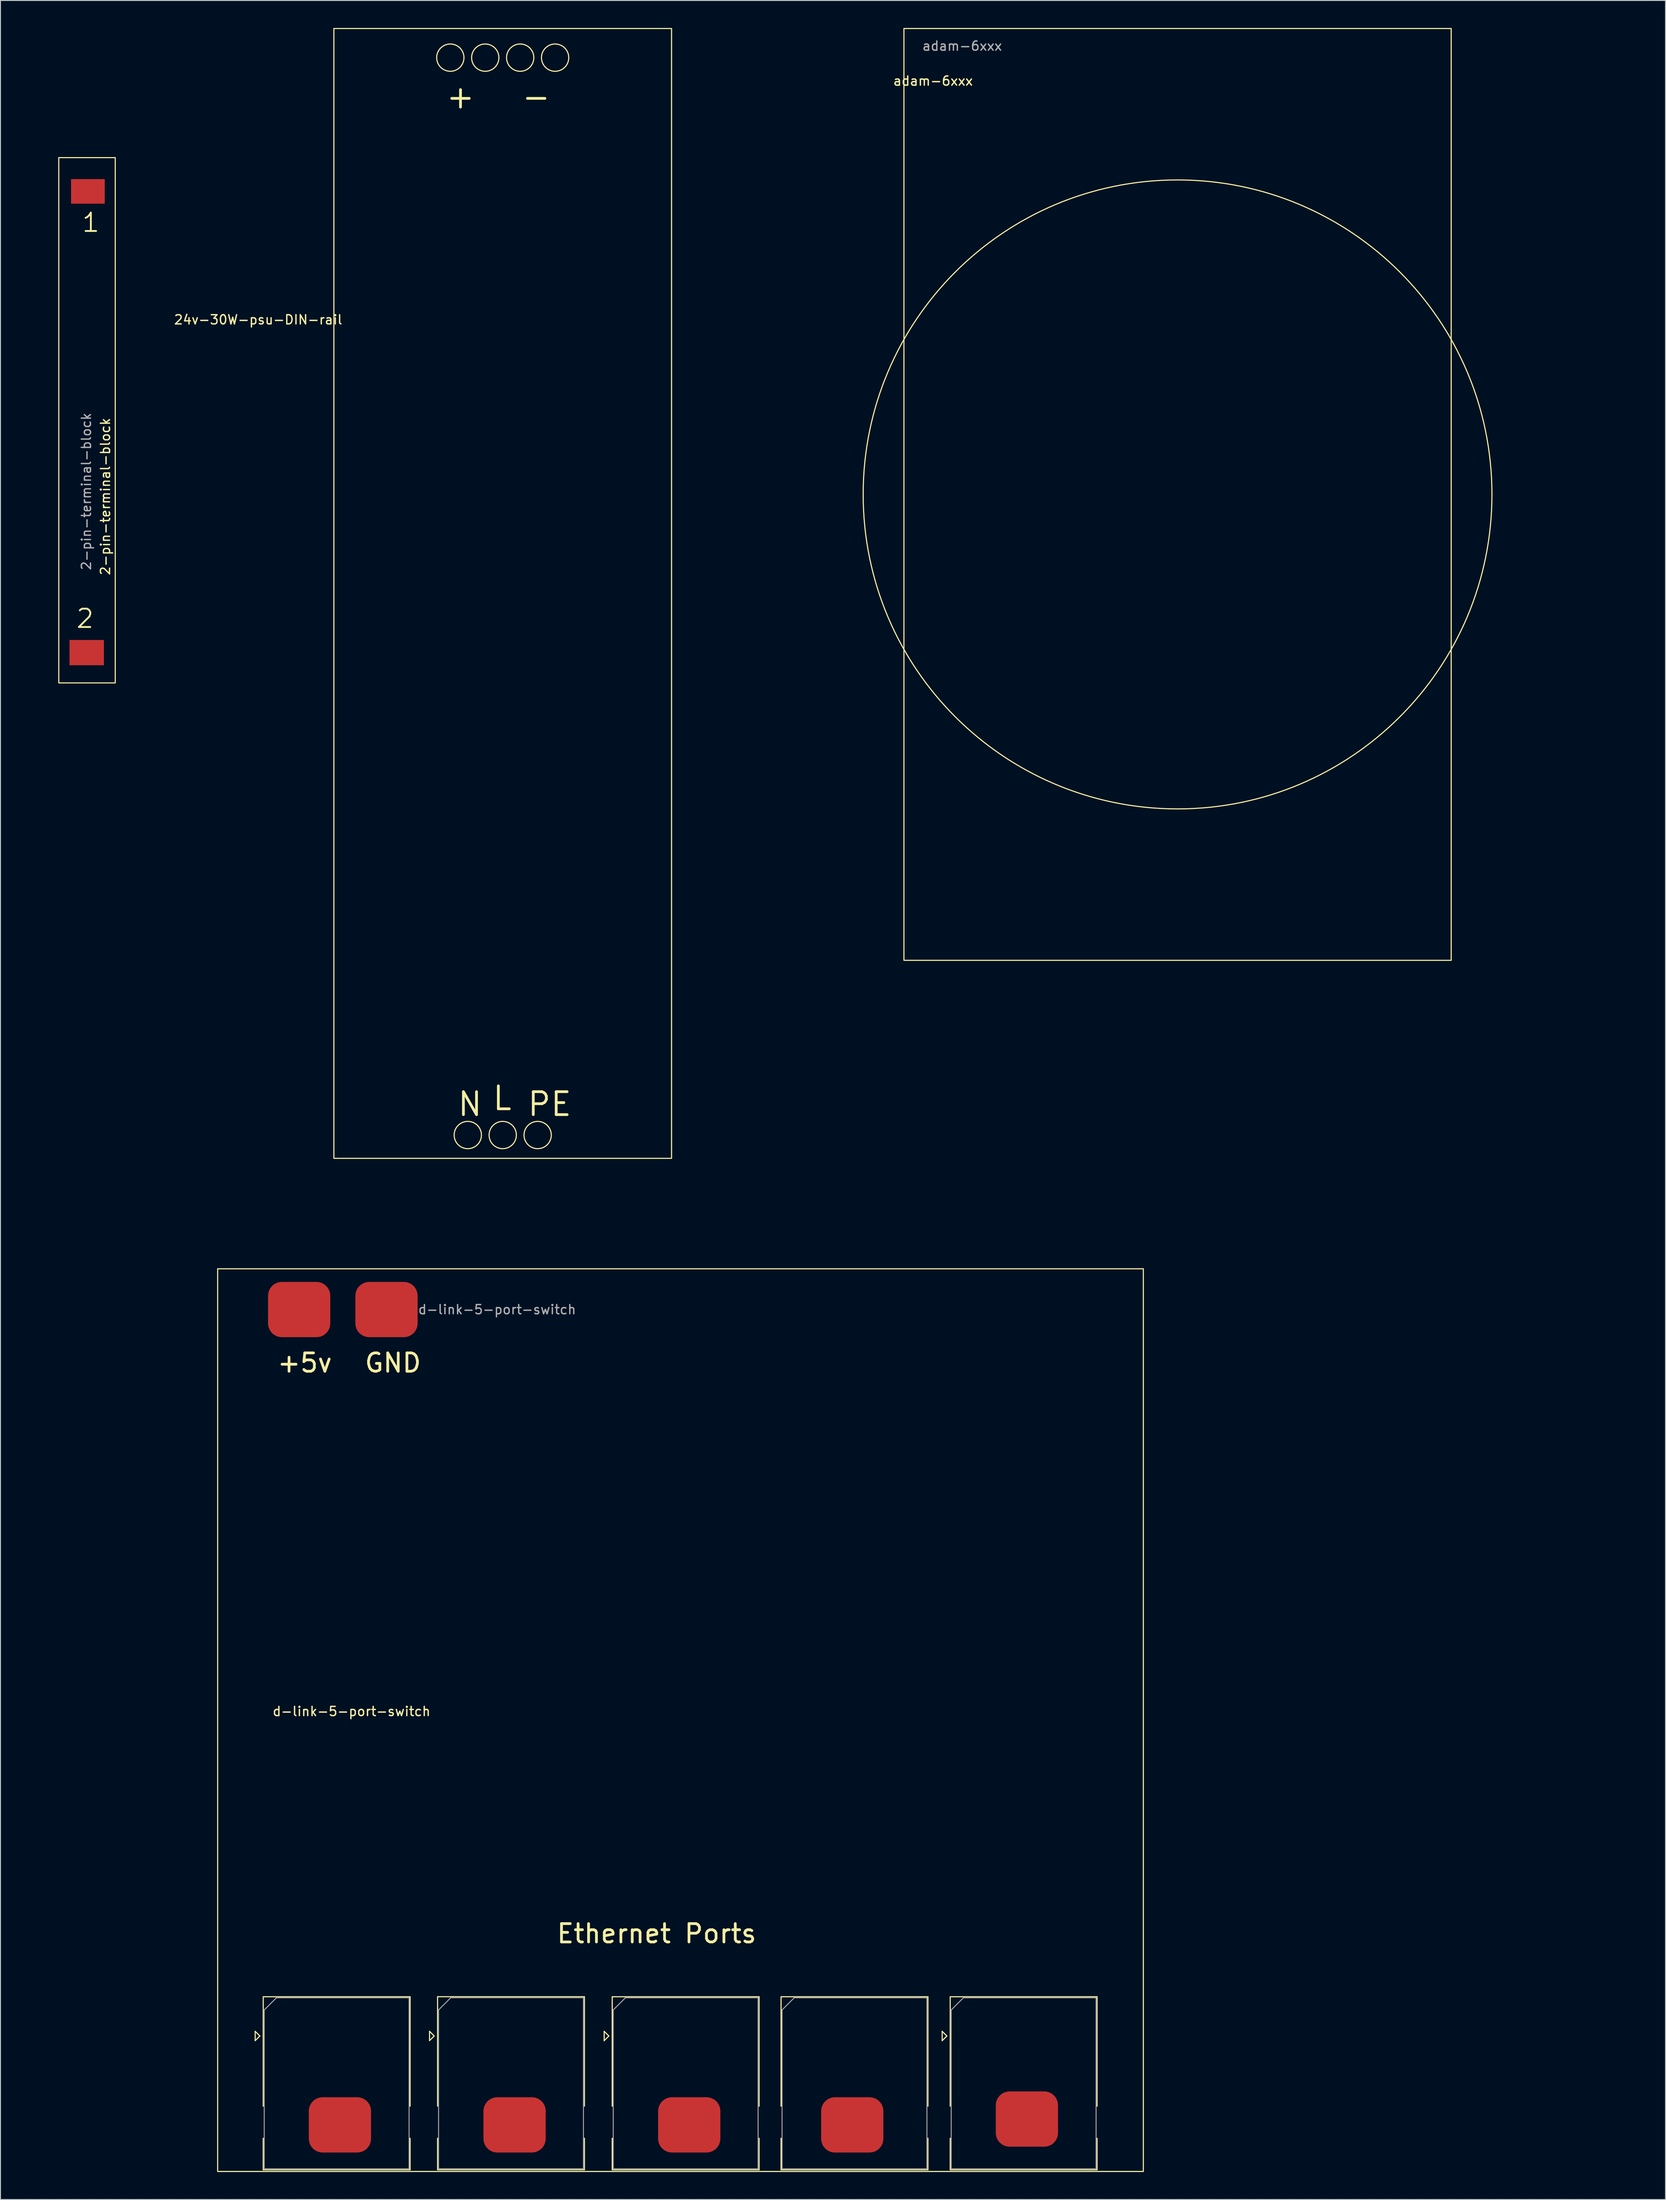
<source format=kicad_pcb>
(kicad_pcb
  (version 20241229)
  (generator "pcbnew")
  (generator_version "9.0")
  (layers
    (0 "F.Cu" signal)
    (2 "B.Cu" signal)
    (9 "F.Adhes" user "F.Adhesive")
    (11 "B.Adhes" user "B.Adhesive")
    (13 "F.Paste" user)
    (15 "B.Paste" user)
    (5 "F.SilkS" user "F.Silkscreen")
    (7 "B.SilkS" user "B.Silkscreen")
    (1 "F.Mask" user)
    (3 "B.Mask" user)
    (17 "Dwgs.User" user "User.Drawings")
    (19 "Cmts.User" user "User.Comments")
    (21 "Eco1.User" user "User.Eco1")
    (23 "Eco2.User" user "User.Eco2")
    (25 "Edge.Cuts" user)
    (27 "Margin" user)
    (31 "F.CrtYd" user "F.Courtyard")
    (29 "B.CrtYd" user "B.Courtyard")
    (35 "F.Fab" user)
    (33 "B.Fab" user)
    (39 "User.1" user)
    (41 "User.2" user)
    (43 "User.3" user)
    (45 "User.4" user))
  (footprint "2-pin-terminal-block"
    (layer "F.Cu")
    (at 6.41 43.979)
    (property "Reference" "2-pin-terminal-block" (at 2.032 7.112 90) (unlocked yes) (layer "F.SilkS") (effects (font (size 1 1) (thickness 0.15))))
    (attr smd)
    (fp_rect (start -3.048 -29.845) (end 3.111 27.432) (stroke (width 0.12) (type default)) (fill no) (layer "F.SilkS"))
    (fp_rect (start -6.35 -17.145) (end 6.35 15.875) (stroke (width 0.12) (type default)) (fill no) (layer "User.5"))
    (fp_text user "1" (at -0.635 -21.59 0) (unlocked yes) (layer "F.SilkS") (effects (font (size 2 2) (thickness 0.2)) (justify left bottom)))
    (fp_text user "2" (at -1.27 21.59 0) (unlocked yes) (layer "F.SilkS") (effects (font (size 2 2) (thickness 0.2)) (justify left bottom)))
    (fp_text user "${REFERENCE}" (at -0.047 6.558 90) (layer "F.Fab") (effects (font (size 1 1) (thickness 0.15))))
    (dimension (type aligned) (layer "User.1") (pts (xy 3.362 14.134) (xy 9.458 14.134)) (height -12.136) (format (prefix "") (suffix "") (units 3) (units_format 1) (precision 4)) (style (thickness 0.12) (arrow_length 1.27) (text_position_mode 0) (arrow_direction outward) (extension_height 0.586) (extension_offset 0.5) (keep_text_aligned yes)) (gr_text "6.0960 mm" (at 6.41 0.848 0) (layer "User.1") (effects (font (size 1 1) (thickness 0.15)))))
    (pad "1" smd rect (at 0.127 -26.162) (size 3.678 2.678) (layers "F.Cu" "F.Mask" "F.Paste"))
    (pad "2" smd rect (at 0 24.13) (size 3.754 2.754) (layers "F.Cu" "F.Mask" "F.Paste")))
  (footprint "adam-6xxx"
    (layer "F.Cu")
    (at 125.387 50.86)
    (property "Reference" "adam-6xxx" (at -26.67 -45.085 0) (layer "F.SilkS") (effects (font (size 1 1) (thickness 0.15))))
    (attr smd)
    (fp_rect (start -29.845 -50.8) (end 29.845 50.8) (stroke (width 0.12) (type default)) (fill no) (layer "F.SilkS"))
    (fp_circle (center 0 0) (end 0 -34.29) (stroke (width 0.12) (type default)) (fill no) (layer "F.SilkS"))
    (fp_rect (start -50.165 -17.78) (end 50.165 17.78) (stroke (width 0.12) (type default)) (fill no) (layer "User.1"))
    (fp_rect (start -50.165 -12.383) (end 50.165 12.383) (stroke (width 0.12) (type default)) (fill no) (layer "User.1"))
    (fp_text user "${REFERENCE}" (at -23.495 -48.895 0) (layer "F.Fab") (effects (font (size 1 1) (thickness 0.15)))))
  (footprint "d-link-5-port-switch"
    (layer "F.Cu")
    (at 35.295 183.553)
    (property "Reference" "d-link-5-port-switch" (at 0 0 0) (layer "F.SilkS") (effects (font (size 1 1) (thickness 0.15))))
    (attr smd)
    (fp_line (start -10.511 34.887) (end -10.511 35.903) (stroke (width 0.12) (type solid)) (layer "F.SilkS"))
    (fp_line (start -10.511 35.903) (end -10.003 35.395) (stroke (width 0.12) (type solid)) (layer "F.SilkS"))
    (fp_line (start -10.003 35.395) (end -10.511 34.887) (stroke (width 0.12) (type solid)) (layer "F.SilkS"))
    (fp_line (start -9.635 31.115) (end -9.635 43.045) (stroke (width 0.12) (type solid)) (layer "F.SilkS"))
    (fp_line (start -9.635 46.545) (end -9.635 49.985) (stroke (width 0.12) (type solid)) (layer "F.SilkS"))
    (fp_line (start 6.385 31.115) (end -9.635 31.115) (stroke (width 0.12) (type solid)) (layer "F.SilkS"))
    (fp_line (start 6.385 31.115) (end 6.385 43.045) (stroke (width 0.12) (type solid)) (layer "F.SilkS"))
    (fp_line (start 6.385 46.545) (end 6.385 49.985) (stroke (width 0.12) (type solid)) (layer "F.SilkS"))
    (fp_line (start 6.385 49.985) (end -9.635 49.985) (stroke (width 0.12) (type solid)) (layer "F.SilkS"))
    (fp_line (start 8.504 34.882) (end 8.504 35.898) (stroke (width 0.12) (type solid)) (layer "F.SilkS"))
    (fp_line (start 8.504 35.898) (end 9.012 35.39) (stroke (width 0.12) (type solid)) (layer "F.SilkS"))
    (fp_line (start 9.012 35.39) (end 8.504 34.882) (stroke (width 0.12) (type solid)) (layer "F.SilkS"))
    (fp_line (start 9.38 31.11) (end 9.38 43.04) (stroke (width 0.12) (type solid)) (layer "F.SilkS"))
    (fp_line (start 9.38 46.54) (end 9.38 49.98) (stroke (width 0.12) (type solid)) (layer "F.SilkS"))
    (fp_line (start 25.4 31.11) (end 9.38 31.11) (stroke (width 0.12) (type solid)) (layer "F.SilkS"))
    (fp_line (start 25.4 31.11) (end 25.4 43.04) (stroke (width 0.12) (type solid)) (layer "F.SilkS"))
    (fp_line (start 25.4 46.54) (end 25.4 49.98) (stroke (width 0.12) (type solid)) (layer "F.SilkS"))
    (fp_line (start 25.4 49.98) (end 9.38 49.98) (stroke (width 0.12) (type solid)) (layer "F.SilkS"))
    (fp_line (start 27.554 34.887) (end 27.554 35.903) (stroke (width 0.12) (type solid)) (layer "F.SilkS"))
    (fp_line (start 27.554 35.903) (end 28.062 35.395) (stroke (width 0.12) (type solid)) (layer "F.SilkS"))
    (fp_line (start 28.062 35.395) (end 27.554 34.887) (stroke (width 0.12) (type solid)) (layer "F.SilkS"))
    (fp_line (start 28.43 31.115) (end 28.43 43.045) (stroke (width 0.12) (type solid)) (layer "F.SilkS"))
    (fp_line (start 28.43 46.545) (end 28.43 49.985) (stroke (width 0.12) (type solid)) (layer "F.SilkS"))
    (fp_line (start 44.45 31.115) (end 28.43 31.115) (stroke (width 0.12) (type solid)) (layer "F.SilkS"))
    (fp_line (start 44.45 31.115) (end 44.45 43.045) (stroke (width 0.12) (type solid)) (layer "F.SilkS"))
    (fp_line (start 44.45 46.545) (end 44.45 49.985) (stroke (width 0.12) (type solid)) (layer "F.SilkS"))
    (fp_line (start 44.45 49.985) (end 28.43 49.985) (stroke (width 0.12) (type solid)) (layer "F.SilkS"))
    (fp_line (start 46.845 31.115) (end 46.845 43.045) (stroke (width 0.12) (type solid)) (layer "F.SilkS"))
    (fp_line (start 46.845 46.545) (end 46.845 49.985) (stroke (width 0.12) (type solid)) (layer "F.SilkS"))
    (fp_line (start 62.865 31.115) (end 46.845 31.115) (stroke (width 0.12) (type solid)) (layer "F.SilkS"))
    (fp_line (start 62.865 31.115) (end 62.865 43.045) (stroke (width 0.12) (type solid)) (layer "F.SilkS"))
    (fp_line (start 62.865 46.545) (end 62.865 49.985) (stroke (width 0.12) (type solid)) (layer "F.SilkS"))
    (fp_line (start 62.865 49.985) (end 46.845 49.985) (stroke (width 0.12) (type solid)) (layer "F.SilkS"))
    (fp_line (start 64.419 34.887) (end 64.419 35.903) (stroke (width 0.12) (type solid)) (layer "F.SilkS"))
    (fp_line (start 64.419 35.903) (end 64.927 35.395) (stroke (width 0.12) (type solid)) (layer "F.SilkS"))
    (fp_line (start 64.927 35.395) (end 64.419 34.887) (stroke (width 0.12) (type solid)) (layer "F.SilkS"))
    (fp_line (start 65.295 31.115) (end 65.295 43.045) (stroke (width 0.12) (type solid)) (layer "F.SilkS"))
    (fp_line (start 65.295 46.545) (end 65.295 49.985) (stroke (width 0.12) (type solid)) (layer "F.SilkS"))
    (fp_line (start 81.315 31.115) (end 65.295 31.115) (stroke (width 0.12) (type solid)) (layer "F.SilkS"))
    (fp_line (start 81.315 31.115) (end 81.315 43.045) (stroke (width 0.12) (type solid)) (layer "F.SilkS"))
    (fp_line (start 81.315 46.545) (end 81.315 49.985) (stroke (width 0.12) (type solid)) (layer "F.SilkS"))
    (fp_line (start 81.315 49.985) (end 65.295 49.985) (stroke (width 0.12) (type solid)) (layer "F.SilkS"))
    (fp_rect (start -14.605 -48.26) (end 86.36 50.165) (stroke (width 0.12) (type default)) (fill no) (layer "F.SilkS"))
    (fp_line (start -9.525 32.555) (end -9.525 49.875) (stroke (width 0.1) (type solid)) (layer "F.Fab"))
    (fp_line (start -9.525 32.555) (end -8.195 31.225) (stroke (width 0.1) (type solid)) (layer "F.Fab"))
    (fp_line (start 6.275 31.225) (end -8.195 31.225) (stroke (width 0.1) (type solid)) (layer "F.Fab"))
    (fp_line (start 6.275 49.875) (end -9.525 49.875) (stroke (width 0.1) (type solid)) (layer "F.Fab"))
    (fp_line (start 6.275 49.875) (end 6.275 31.225) (stroke (width 0.1) (type solid)) (layer "F.Fab"))
    (fp_line (start 9.49 32.55) (end 9.49 49.87) (stroke (width 0.1) (type solid)) (layer "F.Fab"))
    (fp_line (start 9.49 32.55) (end 10.82 31.22) (stroke (width 0.1) (type solid)) (layer "F.Fab"))
    (fp_line (start 25.29 31.22) (end 10.82 31.22) (stroke (width 0.1) (type solid)) (layer "F.Fab"))
    (fp_line (start 25.29 49.87) (end 9.49 49.87) (stroke (width 0.1) (type solid)) (layer "F.Fab"))
    (fp_line (start 25.29 49.87) (end 25.29 31.22) (stroke (width 0.1) (type solid)) (layer "F.Fab"))
    (fp_line (start 28.54 32.555) (end 28.54 49.875) (stroke (width 0.1) (type solid)) (layer "F.Fab"))
    (fp_line (start 28.54 32.555) (end 29.87 31.225) (stroke (width 0.1) (type solid)) (layer "F.Fab"))
    (fp_line (start 44.34 31.225) (end 29.87 31.225) (stroke (width 0.1) (type solid)) (layer "F.Fab"))
    (fp_line (start 44.34 49.875) (end 28.54 49.875) (stroke (width 0.1) (type solid)) (layer "F.Fab"))
    (fp_line (start 44.34 49.875) (end 44.34 31.225) (stroke (width 0.1) (type solid)) (layer "F.Fab"))
    (fp_line (start 46.955 32.555) (end 46.955 49.875) (stroke (width 0.1) (type solid)) (layer "F.Fab"))
    (fp_line (start 46.955 32.555) (end 48.285 31.225) (stroke (width 0.1) (type solid)) (layer "F.Fab"))
    (fp_line (start 62.755 31.225) (end 48.285 31.225) (stroke (width 0.1) (type solid)) (layer "F.Fab"))
    (fp_line (start 62.755 49.875) (end 46.955 49.875) (stroke (width 0.1) (type solid)) (layer "F.Fab"))
    (fp_line (start 62.755 49.875) (end 62.755 31.225) (stroke (width 0.1) (type solid)) (layer "F.Fab"))
    (fp_line (start 65.405 32.555) (end 65.405 49.875) (stroke (width 0.1) (type solid)) (layer "F.Fab"))
    (fp_line (start 65.405 32.555) (end 66.735 31.225) (stroke (width 0.1) (type solid)) (layer "F.Fab"))
    (fp_line (start 81.205 31.225) (end 66.735 31.225) (stroke (width 0.1) (type solid)) (layer "F.Fab"))
    (fp_line (start 81.205 49.875) (end 65.405 49.875) (stroke (width 0.1) (type solid)) (layer "F.Fab"))
    (fp_line (start 81.205 49.875) (end 81.205 31.225) (stroke (width 0.1) (type solid)) (layer "F.Fab"))
    (fp_text user "GND" (at 1.27 -36.83 0) (unlocked yes) (layer "F.SilkS") (effects (font (size 2 2) (thickness 0.3)) (justify left bottom)))
    (fp_text user "Ethernet Ports" (at 22.225 25.4 0) (unlocked yes) (layer "F.SilkS") (effects (font (size 2 2) (thickness 0.3)) (justify left bottom)))
    (fp_text user "+5v" (at -8.255 -36.83 0) (unlocked yes) (layer "F.SilkS") (effects (font (size 2 2) (thickness 0.3)) (justify left bottom)))
    (fp_text user "${REFERENCE}" (at 15.875 -43.815 0) (layer "F.Fab") (effects (font (size 1 1) (thickness 0.15))))
    (dimension (type aligned) (layer "User.1") (pts (xy 20.69 135.293) (xy 20.69 233.718)) (height 14.605) (format (prefix "") (suffix "") (units 3) (units_format 1) (precision 4)) (style (thickness 0.12) (arrow_length 1.27) (text_position_mode 0) (arrow_direction outward) (extension_height 0.586) (extension_offset 0.5) (keep_text_aligned yes)) (gr_text "98.4250 mm" (at 4.935 184.506 90) (layer "User.1") (effects (font (size 1 1) (thickness 0.15)))))
    (dimension (type aligned) (layer "User.1") (pts (xy 20.69 135.293) (xy 121.655 135.293)) (height -6.985) (format (prefix "") (suffix "") (units 3) (units_format 1) (precision 4)) (style (thickness 0.12) (arrow_length 1.27) (text_position_mode 0) (arrow_direction outward) (extension_height 0.586) (extension_offset 0.5) (keep_text_aligned yes)) (gr_text "100.9650 mm" (at 71.172 127.158 0) (layer "User.1") (effects (font (size 1 1) (thickness 0.15)))))
    (pad "2" smd roundrect (at -5.715 -43.815) (size 6.787 6.025) (layers "F.Cu" "F.Mask" "F.Paste") (roundrect_rratio 0.25))
    (pad "6" smd roundrect (at 3.81 -43.815) (size 6.787 6.025) (layers "F.Cu" "F.Mask" "F.Paste") (roundrect_rratio 0.25))
    (pad "41" smd roundrect (at -1.27 45.085) (size 6.787 6.025) (layers "F.Cu" "F.Mask" "F.Paste") (roundrect_rratio 0.25))
    (pad "42" smd roundrect (at 17.78 45.085) (size 6.787 6.025) (layers "F.Cu" "F.Mask" "F.Paste") (roundrect_rratio 0.25))
    (pad "43" smd roundrect (at 36.83 45.085) (size 6.787 6.025) (layers "F.Cu" "F.Mask" "F.Paste") (roundrect_rratio 0.25))
    (pad "44" smd roundrect (at 54.61 45.085) (size 6.787 6.025) (layers "F.Cu" "F.Mask" "F.Paste") (roundrect_rratio 0.25))
    (pad "45" smd roundrect (at 73.66 44.45) (size 6.787 6.025) (layers "F.Cu" "F.Mask" "F.Paste") (roundrect_rratio 0.25)))
  (footprint "24v-30W-psu-DIN-rail"
    (layer "F.Cu")
    (at 51.782 76.895)
    (property "Reference" "24v-30W-psu-DIN-rail" (at -26.67 -45.085 0) (layer "F.SilkS") (effects (font (size 1 1) (thickness 0.15))))
    (attr smd)
    (fp_rect (start -18.415 -76.835) (end 18.415 46.355) (stroke (width 0.12) (type default)) (fill no) (layer "F.SilkS"))
    (fp_circle (center -5.715 -73.66) (end -4.228 -73.66) (stroke (width 0.12) (type default)) (fill no) (layer "F.SilkS"))
    (fp_circle (center -3.81 43.815) (end -2.323 43.815) (stroke (width 0.12) (type default)) (fill no) (layer "F.SilkS"))
    (fp_circle (center -1.905 -73.66) (end -0.418 -73.66) (stroke (width 0.12) (type default)) (fill no) (layer "F.SilkS"))
    (fp_circle (center 0 43.815) (end 1.487 43.815) (stroke (width 0.12) (type default)) (fill no) (layer "F.SilkS"))
    (fp_circle (center 1.905 -73.66) (end 3.392 -73.66) (stroke (width 0.12) (type default)) (fill no) (layer "F.SilkS"))
    (fp_circle (center 3.81 43.815) (end 5.297 43.815) (stroke (width 0.12) (type default)) (fill no) (layer "F.SilkS"))
    (fp_circle (center 5.715 -73.66) (end 7.202 -73.66) (stroke (width 0.12) (type default)) (fill no) (layer "F.SilkS"))
    (fp_rect (start -20.32 -28.575) (end 20.32 -1.905) (stroke (width 0.12) (type default)) (fill no) (layer "User.5"))
    (fp_text user "+" (at -6.35 -67.945 0) (unlocked yes) (layer "F.SilkS") (effects (font (size 2.5 2.5) (thickness 0.3)) (justify left bottom)))
    (fp_text user "-" (at 1.905 -67.945 0) (unlocked yes) (layer "F.SilkS") (effects (font (size 2.5 2.5) (thickness 0.3)) (justify left bottom)))
    (fp_text user "N" (at -5.08 41.91 0) (unlocked yes) (layer "F.SilkS") (effects (font (size 2.5 2.5) (thickness 0.3)) (justify left bottom)))
    (fp_text user "PE" (at 2.54 41.91 0) (unlocked yes) (layer "F.SilkS") (effects (font (size 2.5 2.5) (thickness 0.3)) (justify left bottom)))
    (fp_text user "L" (at -1.27 41.275 0) (unlocked yes) (layer "F.SilkS") (effects (font (size 2.5 2.5) (thickness 0.3)) (justify left bottom))))
  (gr_rect
    (start -3 -3)
    (end 178.612 236.778)
    (stroke (width 0.1) (type default))
    (fill no)
    (layer "Edge.Cuts")))
</source>
